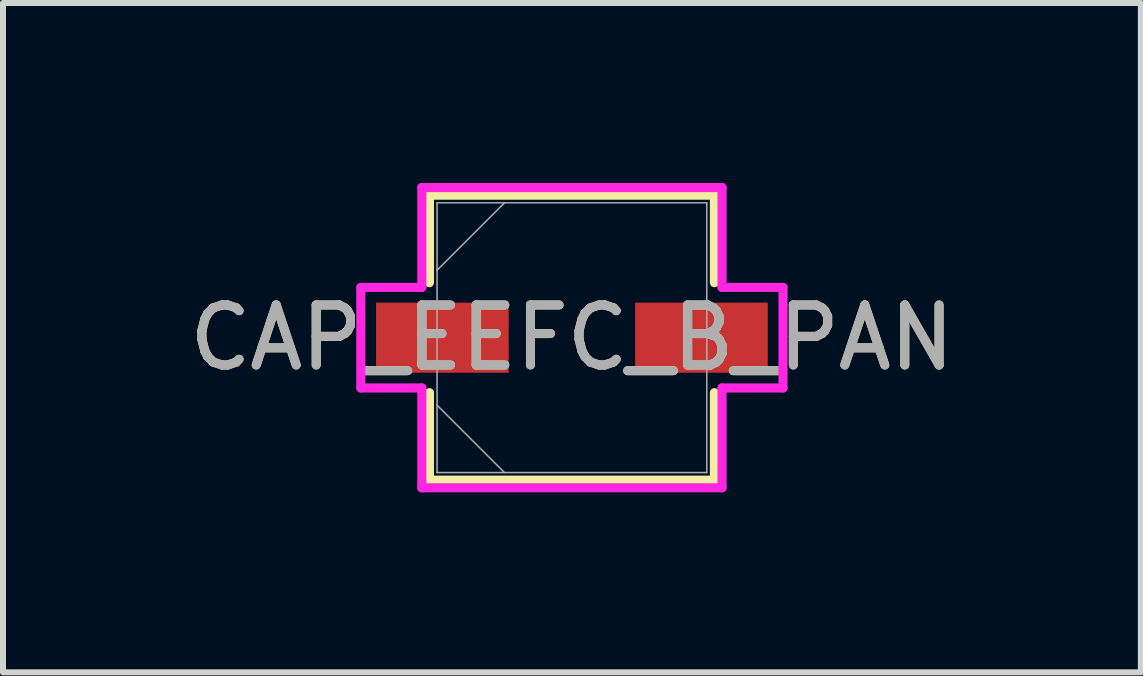
<source format=kicad_pcb>
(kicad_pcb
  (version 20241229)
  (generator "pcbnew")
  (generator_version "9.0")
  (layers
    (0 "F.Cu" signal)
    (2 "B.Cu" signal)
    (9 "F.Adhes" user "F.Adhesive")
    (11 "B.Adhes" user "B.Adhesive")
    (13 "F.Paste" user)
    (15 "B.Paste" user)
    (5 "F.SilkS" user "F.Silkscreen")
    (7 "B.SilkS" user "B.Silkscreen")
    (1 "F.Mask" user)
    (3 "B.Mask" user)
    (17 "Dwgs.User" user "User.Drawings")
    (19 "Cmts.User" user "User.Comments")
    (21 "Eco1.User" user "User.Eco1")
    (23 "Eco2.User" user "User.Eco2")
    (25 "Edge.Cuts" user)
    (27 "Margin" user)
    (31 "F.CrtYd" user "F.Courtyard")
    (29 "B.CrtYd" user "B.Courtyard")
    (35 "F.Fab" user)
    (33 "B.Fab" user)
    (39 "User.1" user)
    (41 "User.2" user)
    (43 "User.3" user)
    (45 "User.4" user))
  (footprint "CAP_EEFC_B_PAN"
    (layer "F.Cu")
    (at 6.482 2.578)
    (property "Reference" "CAP_EEFC_B_PAN" (at 0 0 0) (unlocked yes) (layer "F.SilkS") (effects (font (size 1 1) (thickness 0.15))))
    (attr smd)
    (fp_line (start -2.375 -2.375) (end -2.375 -0.917) (stroke (width 0.152) (type solid)) (layer "F.SilkS"))
    (fp_line (start -2.375 0.917) (end -2.375 2.375) (stroke (width 0.152) (type solid)) (layer "F.SilkS"))
    (fp_line (start -2.375 2.375) (end 2.375 2.375) (stroke (width 0.152) (type solid)) (layer "F.SilkS"))
    (fp_line (start 2.375 -2.375) (end -2.375 -2.375) (stroke (width 0.152) (type solid)) (layer "F.SilkS"))
    (fp_line (start 2.375 -0.917) (end 2.375 -2.375) (stroke (width 0.152) (type solid)) (layer "F.SilkS"))
    (fp_line (start 2.375 2.375) (end 2.375 0.917) (stroke (width 0.152) (type solid)) (layer "F.SilkS"))
    (fp_line (start -3.518 -0.838) (end -2.502 -0.838) (stroke (width 0.152) (type solid)) (layer "F.CrtYd"))
    (fp_line (start -3.518 0.838) (end -3.518 -0.838) (stroke (width 0.152) (type solid)) (layer "F.CrtYd"))
    (fp_line (start -2.502 -2.502) (end 2.502 -2.502) (stroke (width 0.152) (type solid)) (layer "F.CrtYd"))
    (fp_line (start -2.502 -0.838) (end -2.502 -2.502) (stroke (width 0.152) (type solid)) (layer "F.CrtYd"))
    (fp_line (start -2.502 0.838) (end -3.518 0.838) (stroke (width 0.152) (type solid)) (layer "F.CrtYd"))
    (fp_line (start -2.502 2.502) (end -2.502 0.838) (stroke (width 0.152) (type solid)) (layer "F.CrtYd"))
    (fp_line (start 2.502 -2.502) (end 2.502 -0.838) (stroke (width 0.152) (type solid)) (layer "F.CrtYd"))
    (fp_line (start 2.502 -0.838) (end 3.518 -0.838) (stroke (width 0.152) (type solid)) (layer "F.CrtYd"))
    (fp_line (start 2.502 0.838) (end 2.502 2.502) (stroke (width 0.152) (type solid)) (layer "F.CrtYd"))
    (fp_line (start 2.502 2.502) (end -2.502 2.502) (stroke (width 0.152) (type solid)) (layer "F.CrtYd"))
    (fp_line (start 3.518 -0.838) (end 3.518 0.838) (stroke (width 0.152) (type solid)) (layer "F.CrtYd"))
    (fp_line (start 3.518 0.838) (end 2.502 0.838) (stroke (width 0.152) (type solid)) (layer "F.CrtYd"))
    (fp_line (start -2.248 -2.248) (end -2.248 2.248) (stroke (width 0.025) (type solid)) (layer "F.Fab"))
    (fp_line (start -2.248 -1.124) (end -1.124 -2.248) (stroke (width 0.025) (type solid)) (layer "F.Fab"))
    (fp_line (start -2.248 1.124) (end -1.124 2.248) (stroke (width 0.025) (type solid)) (layer "F.Fab"))
    (fp_line (start -2.248 2.248) (end 2.248 2.248) (stroke (width 0.025) (type solid)) (layer "F.Fab"))
    (fp_line (start 2.248 -2.248) (end -2.248 -2.248) (stroke (width 0.025) (type solid)) (layer "F.Fab"))
    (fp_line (start 2.248 2.248) (end 2.248 -2.248) (stroke (width 0.025) (type solid)) (layer "F.Fab"))
    (fp_text user "${REFERENCE}" (at 0 0 0) (unlocked yes) (layer "F.Fab") (effects (font (size 1 1) (thickness 0.15))))
    (pad "1" smd rect (at -2.159 0) (size 2.21 1.168) (layers "F.Cu" "F.Mask" "F.Paste"))
    (pad "2" smd rect (at 2.159 0) (size 2.21 1.168) (layers "F.Cu" "F.Mask" "F.Paste"))
    (zone (net_name "") (layer "F.Cu") (hatch full 0.508) (connect_pads) (min_thickness 0.254) (filled_areas_thickness no) (keepout (tracks not_allowed) (vias not_allowed) (pads allowed) (copperpour not_allowed) (footprints allowed)) (placement (enabled no)) (fill) (polygon (pts (xy 4.285 0.381) (xy 8.679 0.381) (xy 8.679 1.943) (xy 4.285 1.943))))
    (zone (net_name "") (layer "F.Cu") (hatch full 0.508) (connect_pads) (min_thickness 0.254) (filled_areas_thickness no) (keepout (tracks not_allowed) (vias not_allowed) (pads allowed) (copperpour not_allowed) (footprints allowed)) (placement (enabled no)) (fill) (polygon (pts (xy 4.285 3.213) (xy 8.679 3.213) (xy 8.679 4.775) (xy 4.285 4.775))))
    (zone (net_name "") (layer "F.Cu") (hatch full 0.508) (connect_pads) (min_thickness 0.254) (filled_areas_thickness no) (keepout (tracks not_allowed) (vias not_allowed) (pads allowed) (copperpour not_allowed) (footprints allowed)) (placement (enabled no)) (fill) (polygon (pts (xy 5.479 1.943) (xy 7.485 1.943) (xy 7.485 3.213) (xy 5.479 3.213)))))
  (gr_rect
    (start -3 -3)
    (end 15.964 8.156)
    (stroke (width 0.1) (type default))
    (fill no)
    (layer "Edge.Cuts")))
</source>
